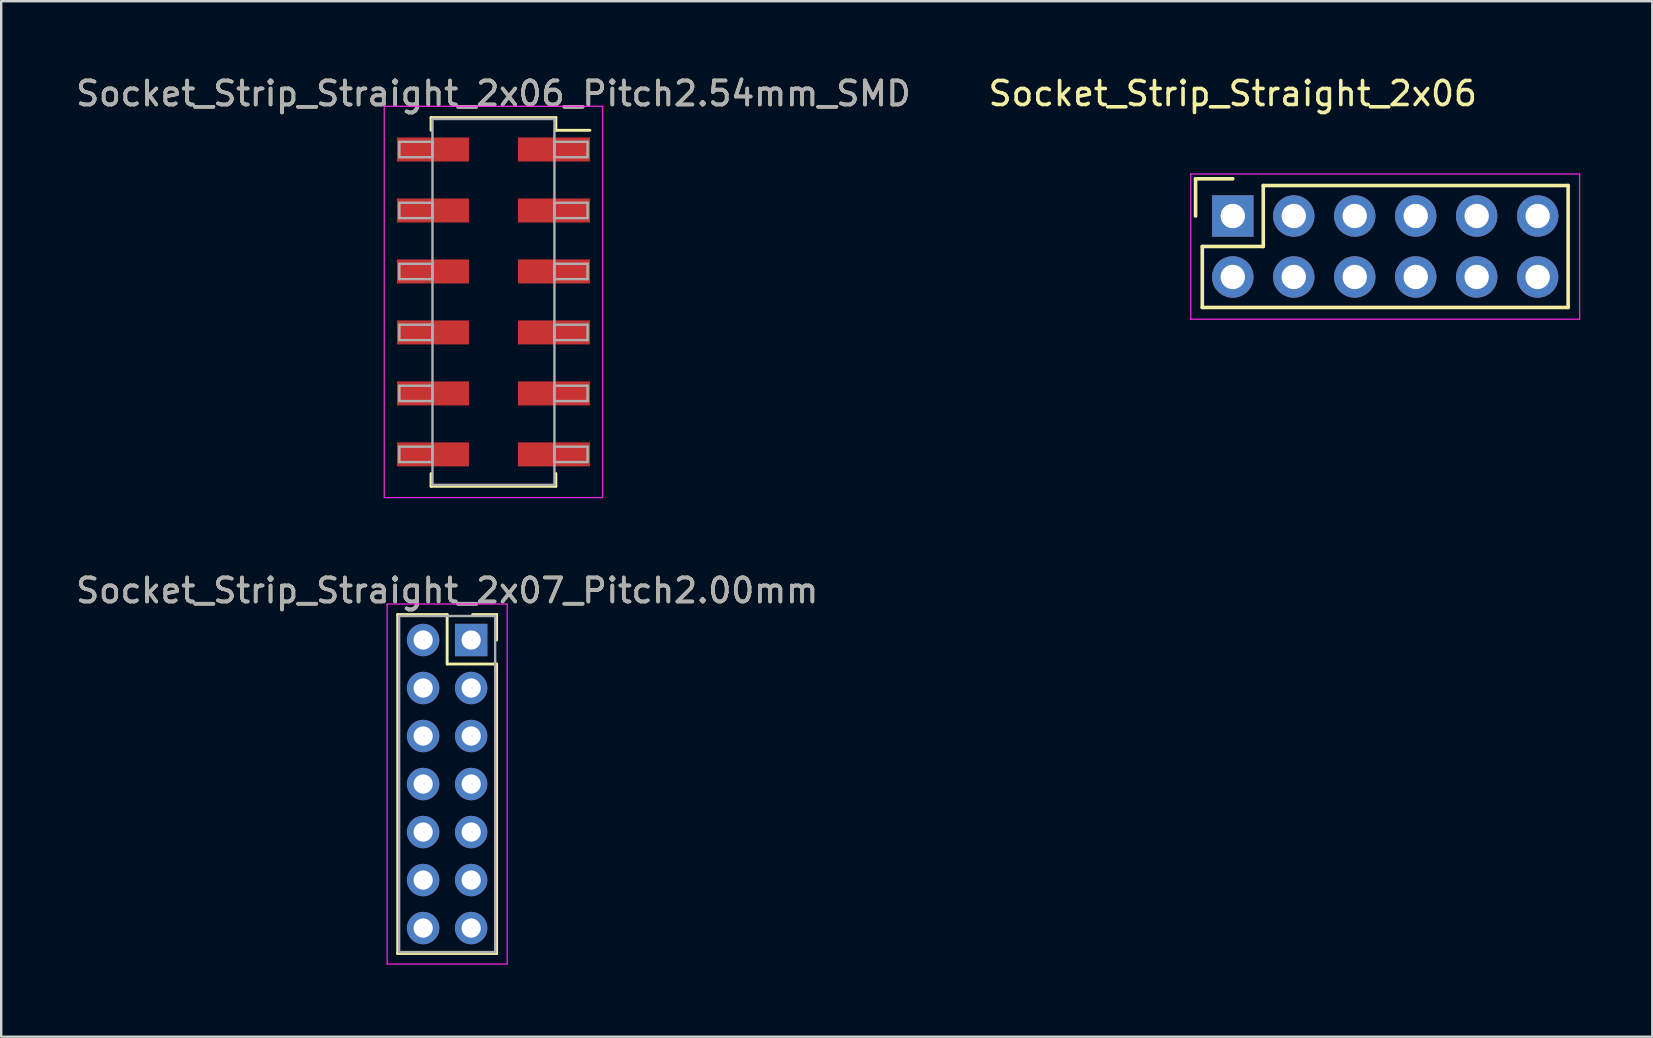
<source format=kicad_pcb>
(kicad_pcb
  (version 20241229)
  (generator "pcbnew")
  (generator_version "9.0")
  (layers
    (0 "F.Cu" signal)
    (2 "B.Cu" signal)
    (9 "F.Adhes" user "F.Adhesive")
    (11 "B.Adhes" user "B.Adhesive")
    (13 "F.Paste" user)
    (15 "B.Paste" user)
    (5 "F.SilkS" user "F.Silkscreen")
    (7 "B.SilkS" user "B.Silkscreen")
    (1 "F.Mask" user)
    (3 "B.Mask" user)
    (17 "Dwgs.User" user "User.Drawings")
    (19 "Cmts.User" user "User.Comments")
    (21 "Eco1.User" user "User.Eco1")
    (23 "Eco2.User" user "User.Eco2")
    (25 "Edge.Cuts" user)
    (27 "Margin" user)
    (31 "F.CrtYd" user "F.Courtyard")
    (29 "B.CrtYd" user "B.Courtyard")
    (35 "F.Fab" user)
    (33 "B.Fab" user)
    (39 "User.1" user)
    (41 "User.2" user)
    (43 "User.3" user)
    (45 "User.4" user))
  (footprint "Socket_Strip_Straight_2x07_Pitch2.00mm"
    (layer "F.Cu")
    (at 16.577 23.611)
    (property "Reference" "Socket_Strip_Straight_2x07_Pitch2.00mm" (at -1 -2.06 0) (layer "F.SilkS") (effects (font (size 1 1) (thickness 0.15))))
    (attr through_hole)
    (fp_line (start -3.06 -1.06) (end -1 -1.06) (stroke (width 0.12) (type solid)) (layer "F.SilkS"))
    (fp_line (start -3.06 13.06) (end -3.06 -1.06) (stroke (width 0.12) (type solid)) (layer "F.SilkS"))
    (fp_line (start -1 -1.06) (end -1 1) (stroke (width 0.12) (type solid)) (layer "F.SilkS"))
    (fp_line (start -1 1) (end 1.06 1) (stroke (width 0.12) (type solid)) (layer "F.SilkS"))
    (fp_line (start 1.06 -1.06) (end 0.06 -1.06) (stroke (width 0.12) (type solid)) (layer "F.SilkS"))
    (fp_line (start 1.06 0) (end 1.06 -1.06) (stroke (width 0.12) (type solid)) (layer "F.SilkS"))
    (fp_line (start 1.06 1) (end 1.06 13.06) (stroke (width 0.12) (type solid)) (layer "F.SilkS"))
    (fp_line (start 1.06 13.06) (end -3.06 13.06) (stroke (width 0.12) (type solid)) (layer "F.SilkS"))
    (fp_line (start -3.5 -1.5) (end -3.5 13.5) (stroke (width 0.05) (type solid)) (layer "F.CrtYd"))
    (fp_line (start -3.5 13.5) (end 1.5 13.5) (stroke (width 0.05) (type solid)) (layer "F.CrtYd"))
    (fp_line (start 1.5 -1.5) (end -3.5 -1.5) (stroke (width 0.05) (type solid)) (layer "F.CrtYd"))
    (fp_line (start 1.5 13.5) (end 1.5 -1.5) (stroke (width 0.05) (type solid)) (layer "F.CrtYd"))
    (fp_line (start -3 -1) (end -3 13) (stroke (width 0.1) (type solid)) (layer "F.Fab"))
    (fp_line (start -3 13) (end 1 13) (stroke (width 0.1) (type solid)) (layer "F.Fab"))
    (fp_line (start 1 -1) (end -3 -1) (stroke (width 0.1) (type solid)) (layer "F.Fab"))
    (fp_line (start 1 13) (end 1 -1) (stroke (width 0.1) (type solid)) (layer "F.Fab"))
    (fp_text user "${REFERENCE}" (at -1 -2.06 0) (layer "F.Fab") (effects (font (size 1 1) (thickness 0.15))))
    (pad "1" thru_hole rect (at 0 0) (size 1.35 1.35) (drill 0.8) (layers "*.Cu" "*.Mask"))
    (pad "2" thru_hole oval (at -2 0) (size 1.35 1.35) (drill 0.8) (layers "*.Cu" "*.Mask"))
    (pad "3" thru_hole oval (at 0 2) (size 1.35 1.35) (drill 0.8) (layers "*.Cu" "*.Mask"))
    (pad "4" thru_hole oval (at -2 2) (size 1.35 1.35) (drill 0.8) (layers "*.Cu" "*.Mask"))
    (pad "5" thru_hole oval (at 0 4) (size 1.35 1.35) (drill 0.8) (layers "*.Cu" "*.Mask"))
    (pad "6" thru_hole oval (at -2 4) (size 1.35 1.35) (drill 0.8) (layers "*.Cu" "*.Mask"))
    (pad "7" thru_hole oval (at 0 6) (size 1.35 1.35) (drill 0.8) (layers "*.Cu" "*.Mask"))
    (pad "8" thru_hole oval (at -2 6) (size 1.35 1.35) (drill 0.8) (layers "*.Cu" "*.Mask"))
    (pad "9" thru_hole oval (at 0 8) (size 1.35 1.35) (drill 0.8) (layers "*.Cu" "*.Mask"))
    (pad "10" thru_hole oval (at -2 8) (size 1.35 1.35) (drill 0.8) (layers "*.Cu" "*.Mask"))
    (pad "11" thru_hole oval (at 0 10) (size 1.35 1.35) (drill 0.8) (layers "*.Cu" "*.Mask"))
    (pad "12" thru_hole oval (at -2 10) (size 1.35 1.35) (drill 0.8) (layers "*.Cu" "*.Mask"))
    (pad "13" thru_hole oval (at 0 12) (size 1.35 1.35) (drill 0.8) (layers "*.Cu" "*.Mask"))
    (pad "14" thru_hole oval (at -2 12) (size 1.35 1.35) (drill 0.8) (layers "*.Cu" "*.Mask")))
  (footprint "Socket_Strip_Straight_2x06_Pitch2.54mm_SMD"
    (layer "F.Cu")
    (at 17.506 9.528)
    (property "Reference" "Socket_Strip_Straight_2x06_Pitch2.54mm_SMD" (at 0 -8.68 0) (layer "F.SilkS") (effects (font (size 1 1) (thickness 0.15))))
    (attr smd)
    (fp_line (start -2.6 -7.68) (end 2.6 -7.68) (stroke (width 0.12) (type solid)) (layer "F.SilkS"))
    (fp_line (start -2.6 -7.15) (end -2.6 -7.68) (stroke (width 0.12) (type solid)) (layer "F.SilkS"))
    (fp_line (start -2.6 7.15) (end -2.6 7.68) (stroke (width 0.12) (type solid)) (layer "F.SilkS"))
    (fp_line (start -2.6 7.68) (end 2.6 7.68) (stroke (width 0.12) (type solid)) (layer "F.SilkS"))
    (fp_line (start 2.6 -7.68) (end 2.6 -7.15) (stroke (width 0.12) (type solid)) (layer "F.SilkS"))
    (fp_line (start 2.6 7.68) (end 2.6 7.15) (stroke (width 0.12) (type solid)) (layer "F.SilkS"))
    (fp_line (start 4.02 -7.15) (end 2.6 -7.15) (stroke (width 0.12) (type solid)) (layer "F.SilkS"))
    (fp_line (start -4.55 -8.15) (end -4.55 8.15) (stroke (width 0.05) (type solid)) (layer "F.CrtYd"))
    (fp_line (start -4.55 8.15) (end 4.55 8.15) (stroke (width 0.05) (type solid)) (layer "F.CrtYd"))
    (fp_line (start 4.55 -8.15) (end -4.55 -8.15) (stroke (width 0.05) (type solid)) (layer "F.CrtYd"))
    (fp_line (start 4.55 8.15) (end 4.55 -8.15) (stroke (width 0.05) (type solid)) (layer "F.CrtYd"))
    (fp_line (start -3.92 -6.67) (end -2.54 -6.67) (stroke (width 0.1) (type solid)) (layer "F.Fab"))
    (fp_line (start -3.92 -6.03) (end -3.92 -6.67) (stroke (width 0.1) (type solid)) (layer "F.Fab"))
    (fp_line (start -3.92 -4.13) (end -2.54 -4.13) (stroke (width 0.1) (type solid)) (layer "F.Fab"))
    (fp_line (start -3.92 -3.49) (end -3.92 -4.13) (stroke (width 0.1) (type solid)) (layer "F.Fab"))
    (fp_line (start -3.92 -1.59) (end -2.54 -1.59) (stroke (width 0.1) (type solid)) (layer "F.Fab"))
    (fp_line (start -3.92 -0.95) (end -3.92 -1.59) (stroke (width 0.1) (type solid)) (layer "F.Fab"))
    (fp_line (start -3.92 0.95) (end -2.54 0.95) (stroke (width 0.1) (type solid)) (layer "F.Fab"))
    (fp_line (start -3.92 1.59) (end -3.92 0.95) (stroke (width 0.1) (type solid)) (layer "F.Fab"))
    (fp_line (start -3.92 3.49) (end -2.54 3.49) (stroke (width 0.1) (type solid)) (layer "F.Fab"))
    (fp_line (start -3.92 4.13) (end -3.92 3.49) (stroke (width 0.1) (type solid)) (layer "F.Fab"))
    (fp_line (start -3.92 6.03) (end -2.54 6.03) (stroke (width 0.1) (type solid)) (layer "F.Fab"))
    (fp_line (start -3.92 6.67) (end -3.92 6.03) (stroke (width 0.1) (type solid)) (layer "F.Fab"))
    (fp_line (start -2.54 -7.62) (end -2.54 7.62) (stroke (width 0.1) (type solid)) (layer "F.Fab"))
    (fp_line (start -2.54 -6.67) (end -2.54 -6.03) (stroke (width 0.1) (type solid)) (layer "F.Fab"))
    (fp_line (start -2.54 -6.03) (end -3.92 -6.03) (stroke (width 0.1) (type solid)) (layer "F.Fab"))
    (fp_line (start -2.54 -4.13) (end -2.54 -3.49) (stroke (width 0.1) (type solid)) (layer "F.Fab"))
    (fp_line (start -2.54 -3.49) (end -3.92 -3.49) (stroke (width 0.1) (type solid)) (layer "F.Fab"))
    (fp_line (start -2.54 -1.59) (end -2.54 -0.95) (stroke (width 0.1) (type solid)) (layer "F.Fab"))
    (fp_line (start -2.54 -0.95) (end -3.92 -0.95) (stroke (width 0.1) (type solid)) (layer "F.Fab"))
    (fp_line (start -2.54 0.95) (end -2.54 1.59) (stroke (width 0.1) (type solid)) (layer "F.Fab"))
    (fp_line (start -2.54 1.59) (end -3.92 1.59) (stroke (width 0.1) (type solid)) (layer "F.Fab"))
    (fp_line (start -2.54 3.49) (end -2.54 4.13) (stroke (width 0.1) (type solid)) (layer "F.Fab"))
    (fp_line (start -2.54 4.13) (end -3.92 4.13) (stroke (width 0.1) (type solid)) (layer "F.Fab"))
    (fp_line (start -2.54 6.03) (end -2.54 6.67) (stroke (width 0.1) (type solid)) (layer "F.Fab"))
    (fp_line (start -2.54 6.67) (end -3.92 6.67) (stroke (width 0.1) (type solid)) (layer "F.Fab"))
    (fp_line (start -2.54 7.62) (end 2.54 7.62) (stroke (width 0.1) (type solid)) (layer "F.Fab"))
    (fp_line (start 2.54 -7.62) (end -2.54 -7.62) (stroke (width 0.1) (type solid)) (layer "F.Fab"))
    (fp_line (start 2.54 -6.67) (end 2.54 -6.03) (stroke (width 0.1) (type solid)) (layer "F.Fab"))
    (fp_line (start 2.54 -6.03) (end 3.92 -6.03) (stroke (width 0.1) (type solid)) (layer "F.Fab"))
    (fp_line (start 2.54 -4.13) (end 2.54 -3.49) (stroke (width 0.1) (type solid)) (layer "F.Fab"))
    (fp_line (start 2.54 -3.49) (end 3.92 -3.49) (stroke (width 0.1) (type solid)) (layer "F.Fab"))
    (fp_line (start 2.54 -1.59) (end 2.54 -0.95) (stroke (width 0.1) (type solid)) (layer "F.Fab"))
    (fp_line (start 2.54 -0.95) (end 3.92 -0.95) (stroke (width 0.1) (type solid)) (layer "F.Fab"))
    (fp_line (start 2.54 0.95) (end 2.54 1.59) (stroke (width 0.1) (type solid)) (layer "F.Fab"))
    (fp_line (start 2.54 1.59) (end 3.92 1.59) (stroke (width 0.1) (type solid)) (layer "F.Fab"))
    (fp_line (start 2.54 3.49) (end 2.54 4.13) (stroke (width 0.1) (type solid)) (layer "F.Fab"))
    (fp_line (start 2.54 4.13) (end 3.92 4.13) (stroke (width 0.1) (type solid)) (layer "F.Fab"))
    (fp_line (start 2.54 6.03) (end 2.54 6.67) (stroke (width 0.1) (type solid)) (layer "F.Fab"))
    (fp_line (start 2.54 6.67) (end 3.92 6.67) (stroke (width 0.1) (type solid)) (layer "F.Fab"))
    (fp_line (start 2.54 7.62) (end 2.54 -7.62) (stroke (width 0.1) (type solid)) (layer "F.Fab"))
    (fp_line (start 3.92 -6.67) (end 2.54 -6.67) (stroke (width 0.1) (type solid)) (layer "F.Fab"))
    (fp_line (start 3.92 -6.03) (end 3.92 -6.67) (stroke (width 0.1) (type solid)) (layer "F.Fab"))
    (fp_line (start 3.92 -4.13) (end 2.54 -4.13) (stroke (width 0.1) (type solid)) (layer "F.Fab"))
    (fp_line (start 3.92 -3.49) (end 3.92 -4.13) (stroke (width 0.1) (type solid)) (layer "F.Fab"))
    (fp_line (start 3.92 -1.59) (end 2.54 -1.59) (stroke (width 0.1) (type solid)) (layer "F.Fab"))
    (fp_line (start 3.92 -0.95) (end 3.92 -1.59) (stroke (width 0.1) (type solid)) (layer "F.Fab"))
    (fp_line (start 3.92 0.95) (end 2.54 0.95) (stroke (width 0.1) (type solid)) (layer "F.Fab"))
    (fp_line (start 3.92 1.59) (end 3.92 0.95) (stroke (width 0.1) (type solid)) (layer "F.Fab"))
    (fp_line (start 3.92 3.49) (end 2.54 3.49) (stroke (width 0.1) (type solid)) (layer "F.Fab"))
    (fp_line (start 3.92 4.13) (end 3.92 3.49) (stroke (width 0.1) (type solid)) (layer "F.Fab"))
    (fp_line (start 3.92 6.03) (end 2.54 6.03) (stroke (width 0.1) (type solid)) (layer "F.Fab"))
    (fp_line (start 3.92 6.67) (end 3.92 6.03) (stroke (width 0.1) (type solid)) (layer "F.Fab"))
    (fp_text user "${REFERENCE}" (at 0 -8.68 0) (layer "F.Fab") (effects (font (size 1 1) (thickness 0.15))))
    (pad "1" smd rect (at 2.52 -6.35) (size 3 1) (layers "F.Cu" "F.Mask" "F.Paste"))
    (pad "2" smd rect (at -2.52 -6.35) (size 3 1) (layers "F.Cu" "F.Mask" "F.Paste"))
    (pad "3" smd rect (at 2.52 -3.81) (size 3 1) (layers "F.Cu" "F.Mask" "F.Paste"))
    (pad "4" smd rect (at -2.52 -3.81) (size 3 1) (layers "F.Cu" "F.Mask" "F.Paste"))
    (pad "5" smd rect (at 2.52 -1.27) (size 3 1) (layers "F.Cu" "F.Mask" "F.Paste"))
    (pad "6" smd rect (at -2.52 -1.27) (size 3 1) (layers "F.Cu" "F.Mask" "F.Paste"))
    (pad "7" smd rect (at 2.52 1.27) (size 3 1) (layers "F.Cu" "F.Mask" "F.Paste"))
    (pad "8" smd rect (at -2.52 1.27) (size 3 1) (layers "F.Cu" "F.Mask" "F.Paste"))
    (pad "9" smd rect (at 2.52 3.81) (size 3 1) (layers "F.Cu" "F.Mask" "F.Paste"))
    (pad "10" smd rect (at -2.52 3.81) (size 3 1) (layers "F.Cu" "F.Mask" "F.Paste"))
    (pad "11" smd rect (at 2.52 6.35) (size 3 1) (layers "F.Cu" "F.Mask" "F.Paste"))
    (pad "12" smd rect (at -2.52 6.35) (size 3 1) (layers "F.Cu" "F.Mask" "F.Paste")))
  (footprint "Socket_Strip_Straight_2x06"
    (layer "F.Cu")
    (at 48.304 5.948)
    (property "Reference" "Socket_Strip_Straight_2x06" (at 0 -5.1 0) (layer "F.SilkS") (effects (font (size 1 1) (thickness 0.15))))
    (attr through_hole)
    (fp_line (start -1.55 -1.55) (end -1.55 0) (stroke (width 0.15) (type solid)) (layer "F.SilkS"))
    (fp_line (start -1.27 1.27) (end 1.27 1.27) (stroke (width 0.15) (type solid)) (layer "F.SilkS"))
    (fp_line (start -1.27 3.81) (end -1.27 1.27) (stroke (width 0.15) (type solid)) (layer "F.SilkS"))
    (fp_line (start 0 -1.55) (end -1.55 -1.55) (stroke (width 0.15) (type solid)) (layer "F.SilkS"))
    (fp_line (start 1.27 -1.27) (end 13.97 -1.27) (stroke (width 0.15) (type solid)) (layer "F.SilkS"))
    (fp_line (start 1.27 1.27) (end 1.27 -1.27) (stroke (width 0.15) (type solid)) (layer "F.SilkS"))
    (fp_line (start 13.97 3.81) (end -1.27 3.81) (stroke (width 0.15) (type solid)) (layer "F.SilkS"))
    (fp_line (start 13.97 3.81) (end 13.97 -1.27) (stroke (width 0.15) (type solid)) (layer "F.SilkS"))
    (fp_line (start -1.75 -1.75) (end -1.75 4.3) (stroke (width 0.05) (type solid)) (layer "F.CrtYd"))
    (fp_line (start -1.75 -1.75) (end 14.45 -1.75) (stroke (width 0.05) (type solid)) (layer "F.CrtYd"))
    (fp_line (start -1.75 4.3) (end 14.45 4.3) (stroke (width 0.05) (type solid)) (layer "F.CrtYd"))
    (fp_line (start 14.45 -1.75) (end 14.45 4.3) (stroke (width 0.05) (type solid)) (layer "F.CrtYd"))
    (pad "1" thru_hole rect (at 0 0) (size 1.727 1.727) (drill 1.016) (layers "*.Cu" "*.Mask"))
    (pad "2" thru_hole oval (at 0 2.54) (size 1.727 1.727) (drill 1.016) (layers "*.Cu" "*.Mask"))
    (pad "3" thru_hole oval (at 2.54 0) (size 1.727 1.727) (drill 1.016) (layers "*.Cu" "*.Mask"))
    (pad "4" thru_hole oval (at 2.54 2.54) (size 1.727 1.727) (drill 1.016) (layers "*.Cu" "*.Mask"))
    (pad "5" thru_hole oval (at 5.08 0) (size 1.727 1.727) (drill 1.016) (layers "*.Cu" "*.Mask"))
    (pad "6" thru_hole oval (at 5.08 2.54) (size 1.727 1.727) (drill 1.016) (layers "*.Cu" "*.Mask"))
    (pad "7" thru_hole oval (at 7.62 0) (size 1.727 1.727) (drill 1.016) (layers "*.Cu" "*.Mask"))
    (pad "8" thru_hole oval (at 7.62 2.54) (size 1.727 1.727) (drill 1.016) (layers "*.Cu" "*.Mask"))
    (pad "9" thru_hole oval (at 10.16 0) (size 1.727 1.727) (drill 1.016) (layers "*.Cu" "*.Mask"))
    (pad "10" thru_hole oval (at 10.16 2.54) (size 1.727 1.727) (drill 1.016) (layers "*.Cu" "*.Mask"))
    (pad "11" thru_hole oval (at 12.7 0) (size 1.727 1.727) (drill 1.016) (layers "*.Cu" "*.Mask"))
    (pad "12" thru_hole oval (at 12.7 2.54) (size 1.727 1.727) (drill 1.016) (layers "*.Cu" "*.Mask")))
  (gr_rect
    (start -3 -3)
    (end 65.779 40.136)
    (stroke (width 0.1) (type default))
    (fill no)
    (layer "Edge.Cuts")))
</source>
